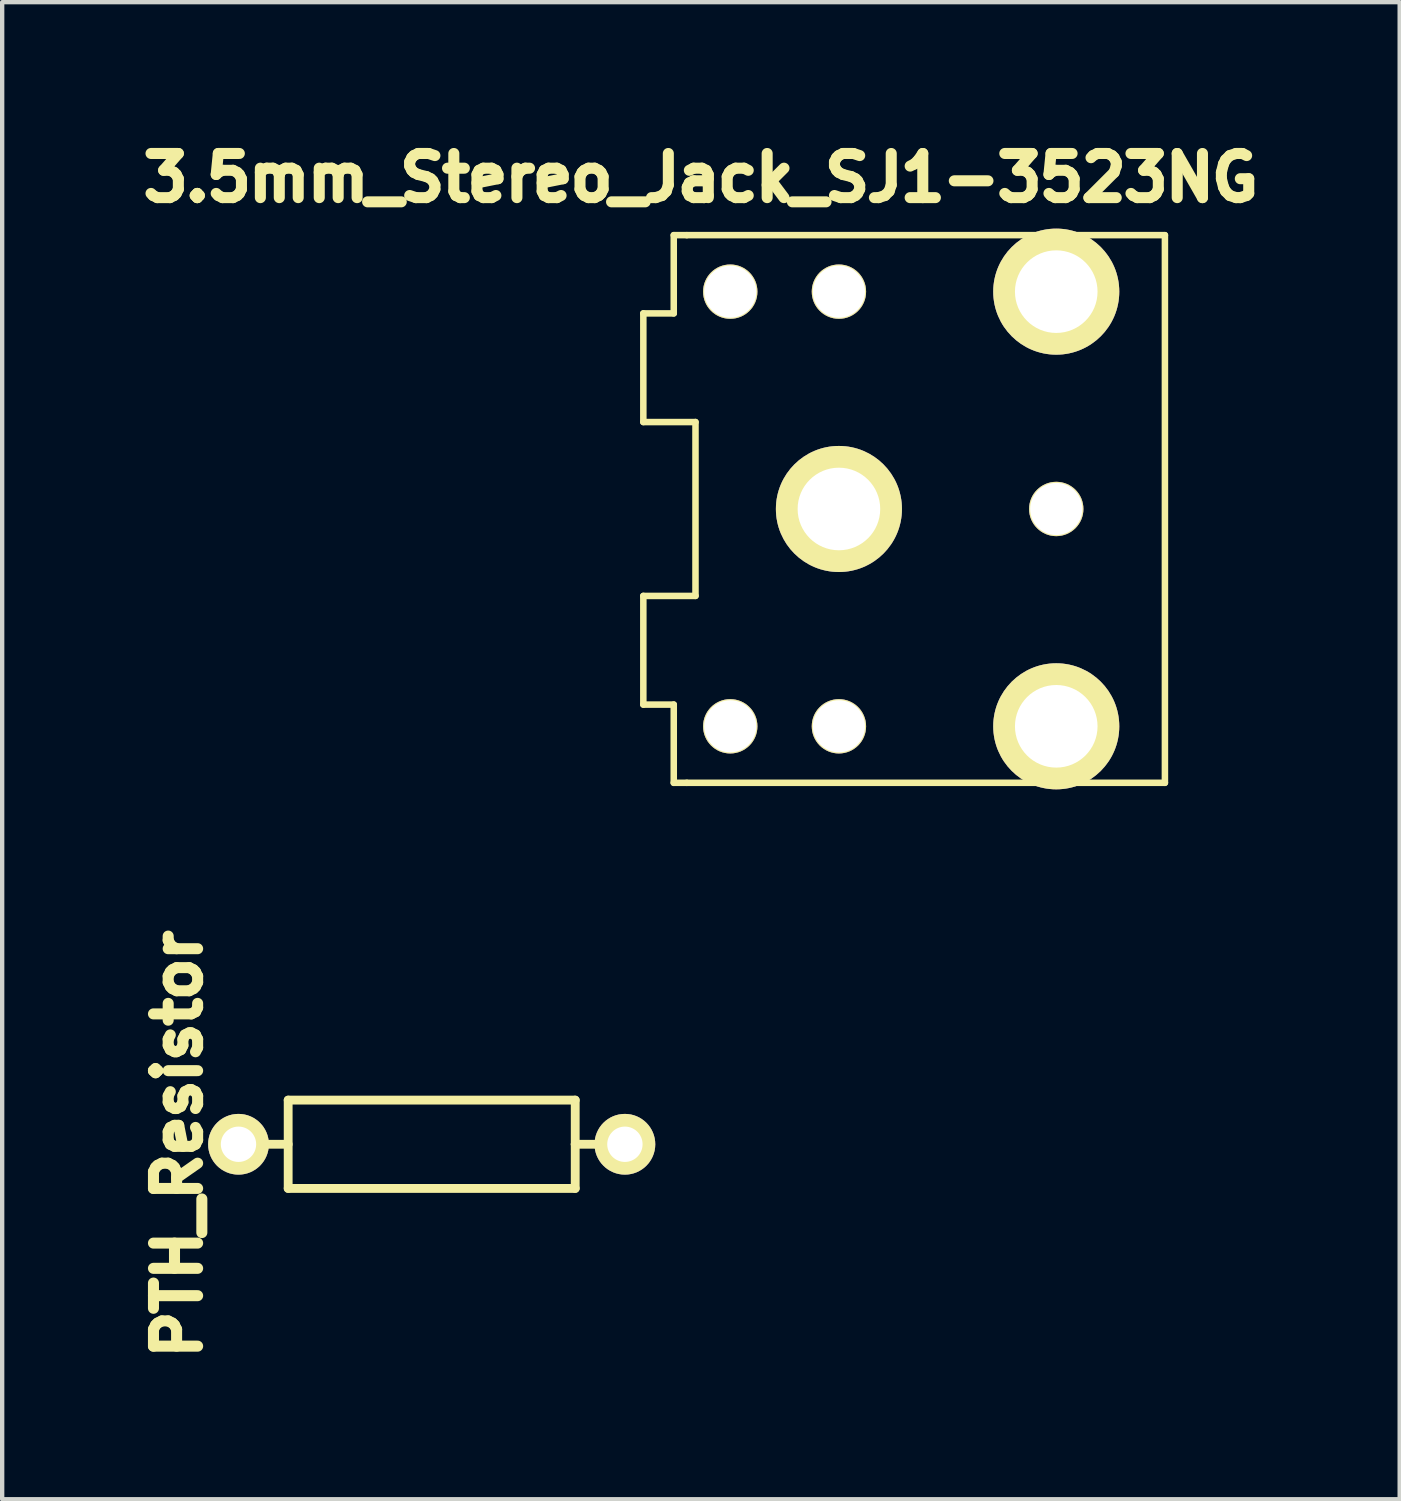
<source format=kicad_pcb>
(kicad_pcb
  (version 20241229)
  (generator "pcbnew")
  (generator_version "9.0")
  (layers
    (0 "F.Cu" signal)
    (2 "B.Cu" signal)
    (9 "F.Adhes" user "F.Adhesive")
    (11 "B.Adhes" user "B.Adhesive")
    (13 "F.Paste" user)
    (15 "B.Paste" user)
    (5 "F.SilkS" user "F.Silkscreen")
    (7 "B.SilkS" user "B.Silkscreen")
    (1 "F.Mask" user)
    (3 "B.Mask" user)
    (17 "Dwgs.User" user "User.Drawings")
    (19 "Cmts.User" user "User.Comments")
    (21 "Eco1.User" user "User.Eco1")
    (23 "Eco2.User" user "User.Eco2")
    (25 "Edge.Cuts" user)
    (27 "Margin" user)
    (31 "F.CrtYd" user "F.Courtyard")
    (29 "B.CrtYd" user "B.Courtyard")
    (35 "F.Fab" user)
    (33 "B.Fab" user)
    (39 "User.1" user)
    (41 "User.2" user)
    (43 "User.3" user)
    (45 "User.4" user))
  (footprint "PTH_Resistor"
    (layer "F.Cu")
    (at 6.882 23.276)
    (property "Reference" "PTH_Resistor" (at -5.842 0 90) (layer "F.SilkS") (effects (font (size 1.016 1.016) (thickness 0.254))))
    (attr through_hole)
    (fp_line (start -3.81 0) (end -3.302 0) (stroke (width 0.203) (type solid)) (layer "F.SilkS"))
    (fp_line (start -3.302 -1.016) (end -3.302 1.016) (stroke (width 0.203) (type solid)) (layer "F.SilkS"))
    (fp_line (start -3.302 1.016) (end 3.302 1.016) (stroke (width 0.203) (type solid)) (layer "F.SilkS"))
    (fp_line (start 3.302 -1.016) (end -3.302 -1.016) (stroke (width 0.203) (type solid)) (layer "F.SilkS"))
    (fp_line (start 3.302 0) (end 3.302 -1.016) (stroke (width 0.203) (type solid)) (layer "F.SilkS"))
    (fp_line (start 3.302 1.016) (end 3.302 0) (stroke (width 0.203) (type solid)) (layer "F.SilkS"))
    (fp_line (start 3.81 0) (end 3.302 0) (stroke (width 0.203) (type solid)) (layer "F.SilkS"))
    (pad "1" thru_hole circle (at -4.445 0) (size 1.397 1.397) (drill 0.813) (layers "*.Cu" "*.Mask" "F.SilkS"))
    (pad "2" thru_hole circle (at 4.445 0) (size 1.397 1.397) (drill 0.813) (layers "*.Cu" "*.Mask" "F.SilkS")))
  (footprint "3.5mm_Stereo_Jack_SJ1-3523NG"
    (layer "F.Cu")
    (at 16.251 8.66)
    (property "Reference" "3.5mm_Stereo_Jack_SJ1-3523NG" (at -3.175 -7.62 0) (layer "F.SilkS") (effects (font (size 1.016 1.016) (thickness 0.254))))
    (attr through_hole)
    (fp_line (start -4.5 -4.5) (end -4.5 -2) (stroke (width 0.15) (type solid)) (layer "F.SilkS"))
    (fp_line (start -4.5 -2) (end -3.3 -2) (stroke (width 0.15) (type solid)) (layer "F.SilkS"))
    (fp_line (start -4.5 4.5) (end -4.5 2) (stroke (width 0.15) (type solid)) (layer "F.SilkS"))
    (fp_line (start -3.8 -4.5) (end -4.5 -4.5) (stroke (width 0.15) (type solid)) (layer "F.SilkS"))
    (fp_line (start -3.8 -4.5) (end -3.8 -6.3) (stroke (width 0.15) (type solid)) (layer "F.SilkS"))
    (fp_line (start -3.8 4.5) (end -4.5 4.5) (stroke (width 0.15) (type solid)) (layer "F.SilkS"))
    (fp_line (start -3.8 6.3) (end -3.8 4.5) (stroke (width 0.15) (type solid)) (layer "F.SilkS"))
    (fp_line (start -3.5 -6.3) (end -3.8 -6.3) (stroke (width 0.15) (type solid)) (layer "F.SilkS"))
    (fp_line (start -3.5 6.3) (end -3.8 6.3) (stroke (width 0.15) (type solid)) (layer "F.SilkS"))
    (fp_line (start -3.3 -2) (end -3.3 2) (stroke (width 0.15) (type solid)) (layer "F.SilkS"))
    (fp_line (start -3.3 2) (end -4.5 2) (stroke (width 0.15) (type solid)) (layer "F.SilkS"))
    (fp_line (start 7.5 -6.3) (end -3.5 -6.3) (stroke (width 0.15) (type solid)) (layer "F.SilkS"))
    (fp_line (start 7.5 -6.3) (end 7.5 6.3) (stroke (width 0.15) (type solid)) (layer "F.SilkS"))
    (fp_line (start 7.5 6.3) (end -3.5 6.3) (stroke (width 0.15) (type solid)) (layer "F.SilkS"))
    (pad "" np_thru_hole circle (at -2.5 -5) (size 1.25 1.25) (drill 1.2) (layers "*.Cu" "*.Mask" "F.SilkS"))
    (pad "" np_thru_hole circle (at -2.5 5) (size 1.25 1.25) (drill 1.2) (layers "*.Cu" "*.Mask" "F.SilkS"))
    (pad "" np_thru_hole circle (at 0 -5) (size 1.25 1.25) (drill 1.2) (layers "*.Cu" "*.Mask" "F.SilkS"))
    (pad "" np_thru_hole circle (at 0 5) (size 1.25 1.25) (drill 1.2) (layers "*.Cu" "*.Mask" "F.SilkS"))
    (pad "" np_thru_hole circle (at 5 0) (size 1.25 1.25) (drill 1.2) (layers "*.Cu" "*.Mask" "F.SilkS"))
    (pad "1" thru_hole circle (at 0 0) (size 2.9 2.9) (drill 1.9) (layers "*.Cu" "*.Mask" "F.SilkS"))
    (pad "2" thru_hole circle (at 5 5) (size 2.9 2.9) (drill 1.9) (layers "*.Cu" "*.Mask" "F.SilkS"))
    (pad "3" thru_hole circle (at 5 -5) (size 2.9 2.9) (drill 1.9) (layers "*.Cu" "*.Mask" "F.SilkS")))
  (gr_rect
    (start -3 -3)
    (end 29.152 31.442)
    (stroke (width 0.1) (type default))
    (fill no)
    (layer "Edge.Cuts")))
</source>
